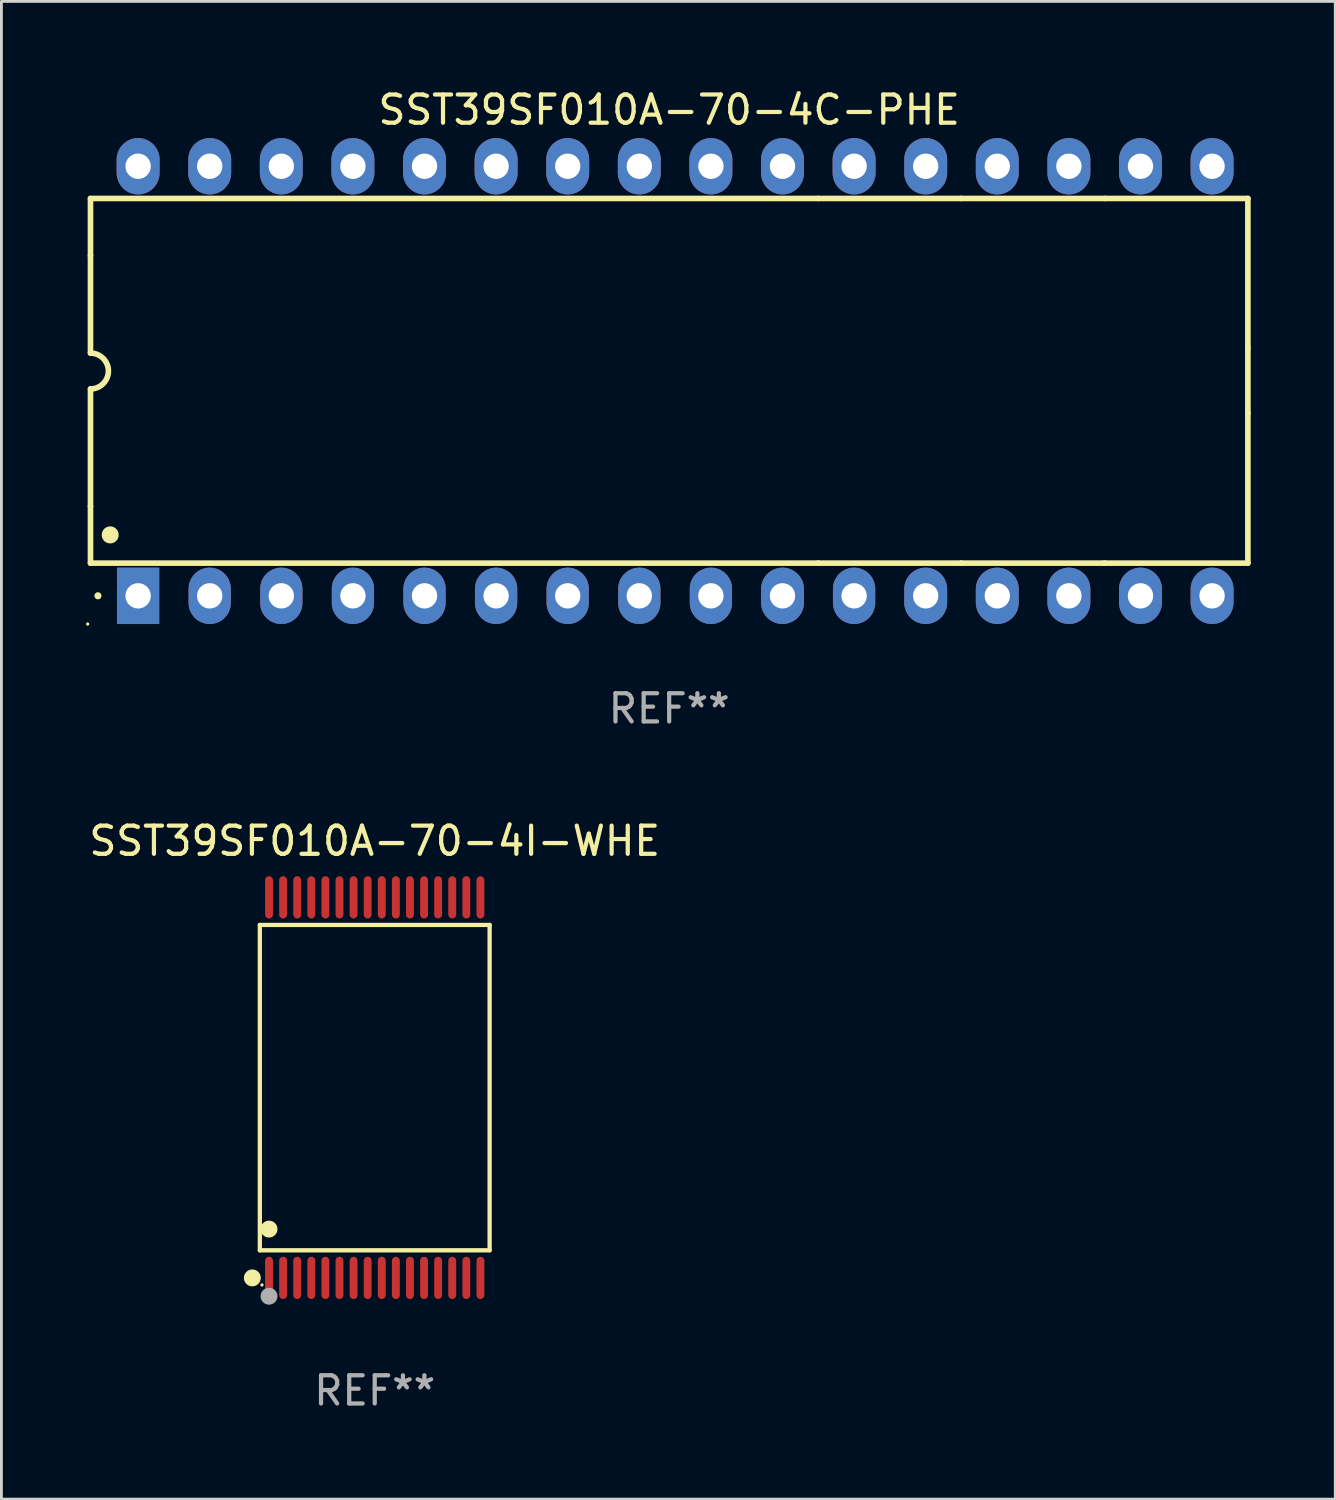
<source format=kicad_pcb>
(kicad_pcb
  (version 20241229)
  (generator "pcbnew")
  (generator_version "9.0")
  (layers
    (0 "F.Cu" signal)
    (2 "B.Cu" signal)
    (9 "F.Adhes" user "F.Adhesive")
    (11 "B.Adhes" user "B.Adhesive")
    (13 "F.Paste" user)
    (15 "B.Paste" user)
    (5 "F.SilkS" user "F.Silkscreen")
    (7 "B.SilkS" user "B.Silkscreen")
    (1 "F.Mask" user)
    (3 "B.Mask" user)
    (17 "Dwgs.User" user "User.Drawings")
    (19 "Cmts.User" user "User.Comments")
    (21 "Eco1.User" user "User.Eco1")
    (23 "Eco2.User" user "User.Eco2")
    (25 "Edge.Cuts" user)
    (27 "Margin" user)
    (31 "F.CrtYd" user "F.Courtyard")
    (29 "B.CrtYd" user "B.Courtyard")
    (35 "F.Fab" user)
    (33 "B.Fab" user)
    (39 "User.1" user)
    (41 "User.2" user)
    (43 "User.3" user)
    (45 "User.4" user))
  (footprint "SST39SF010A-70-4I-WHE"
    (layer "F.Cu")
    (at 10.244 35.535)
    (property "Reference" "SST39SF010A-70-4I-WHE" (at 0 -8.75 0) (layer "F.SilkS") (effects (font (size 1 1) (thickness 0.15))))
    (attr through_hole)
    (fp_line (start -4.076 -5.771) (end 4.076 -5.771) (stroke (width 0.152) (type solid)) (layer "F.SilkS"))
    (fp_line (start -4.076 5.771) (end -4.076 -5.771) (stroke (width 0.152) (type solid)) (layer "F.SilkS"))
    (fp_line (start 4.076 -5.771) (end 4.076 5.771) (stroke (width 0.152) (type solid)) (layer "F.SilkS"))
    (fp_line (start 4.076 5.771) (end -4.076 5.771) (stroke (width 0.152) (type solid)) (layer "F.SilkS"))
    (fp_circle (center -4.342 6.75) (end -4.192 6.75) (stroke (width 0.3) (type solid)) (fill no) (layer "F.SilkS"))
    (fp_circle (center -4 7) (end -3.97 7) (stroke (width 0.06) (type solid)) (fill no) (layer "F.SilkS"))
    (fp_circle (center -3.75 5.019) (end -3.6 5.019) (stroke (width 0.3) (type solid)) (fill no) (layer "F.SilkS"))
    (fp_circle (center -3.75 7.4) (end -3.6 7.4) (stroke (width 0.3) (type solid)) (fill no) (layer "F.Fab"))
    (fp_text user "REF**" (at 0 10.75 0) (layer "F.Fab") (effects (font (size 1 1) (thickness 0.15))))
    (pad "1" smd oval (at -3.75 6.75) (size 0.28 1.5) (layers "F.Cu" "F.Mask" "F.Paste"))
    (pad "2" smd oval (at -3.25 6.75) (size 0.28 1.5) (layers "F.Cu" "F.Mask" "F.Paste"))
    (pad "3" smd oval (at -2.75 6.75) (size 0.28 1.5) (layers "F.Cu" "F.Mask" "F.Paste"))
    (pad "4" smd oval (at -2.25 6.75) (size 0.28 1.5) (layers "F.Cu" "F.Mask" "F.Paste"))
    (pad "5" smd oval (at -1.75 6.75) (size 0.28 1.5) (layers "F.Cu" "F.Mask" "F.Paste"))
    (pad "6" smd oval (at -1.25 6.75) (size 0.28 1.5) (layers "F.Cu" "F.Mask" "F.Paste"))
    (pad "7" smd oval (at -0.75 6.75) (size 0.28 1.5) (layers "F.Cu" "F.Mask" "F.Paste"))
    (pad "8" smd oval (at -0.25 6.75) (size 0.28 1.5) (layers "F.Cu" "F.Mask" "F.Paste"))
    (pad "9" smd oval (at 0.25 6.75) (size 0.28 1.5) (layers "F.Cu" "F.Mask" "F.Paste"))
    (pad "10" smd oval (at 0.75 6.75) (size 0.28 1.5) (layers "F.Cu" "F.Mask" "F.Paste"))
    (pad "11" smd oval (at 1.25 6.75) (size 0.28 1.5) (layers "F.Cu" "F.Mask" "F.Paste"))
    (pad "12" smd oval (at 1.75 6.75) (size 0.28 1.5) (layers "F.Cu" "F.Mask" "F.Paste"))
    (pad "13" smd oval (at 2.25 6.75) (size 0.28 1.5) (layers "F.Cu" "F.Mask" "F.Paste"))
    (pad "14" smd oval (at 2.75 6.75) (size 0.28 1.5) (layers "F.Cu" "F.Mask" "F.Paste"))
    (pad "15" smd oval (at 3.25 6.75) (size 0.28 1.5) (layers "F.Cu" "F.Mask" "F.Paste"))
    (pad "16" smd oval (at 3.75 6.75) (size 0.28 1.5) (layers "F.Cu" "F.Mask" "F.Paste"))
    (pad "17" smd oval (at 3.75 -6.75) (size 0.28 1.5) (layers "F.Cu" "F.Mask" "F.Paste"))
    (pad "18" smd oval (at 3.25 -6.75) (size 0.28 1.5) (layers "F.Cu" "F.Mask" "F.Paste"))
    (pad "19" smd oval (at 2.75 -6.75) (size 0.28 1.5) (layers "F.Cu" "F.Mask" "F.Paste"))
    (pad "20" smd oval (at 2.25 -6.75) (size 0.28 1.5) (layers "F.Cu" "F.Mask" "F.Paste"))
    (pad "21" smd oval (at 1.75 -6.75) (size 0.28 1.5) (layers "F.Cu" "F.Mask" "F.Paste"))
    (pad "22" smd oval (at 1.25 -6.75) (size 0.28 1.5) (layers "F.Cu" "F.Mask" "F.Paste"))
    (pad "23" smd oval (at 0.75 -6.75) (size 0.28 1.5) (layers "F.Cu" "F.Mask" "F.Paste"))
    (pad "24" smd oval (at 0.25 -6.75) (size 0.28 1.5) (layers "F.Cu" "F.Mask" "F.Paste"))
    (pad "25" smd oval (at -0.25 -6.75) (size 0.28 1.5) (layers "F.Cu" "F.Mask" "F.Paste"))
    (pad "26" smd oval (at -0.75 -6.75) (size 0.28 1.5) (layers "F.Cu" "F.Mask" "F.Paste"))
    (pad "27" smd oval (at -1.25 -6.75) (size 0.28 1.5) (layers "F.Cu" "F.Mask" "F.Paste"))
    (pad "28" smd oval (at -1.75 -6.75) (size 0.28 1.5) (layers "F.Cu" "F.Mask" "F.Paste"))
    (pad "29" smd oval (at -2.25 -6.75) (size 0.28 1.5) (layers "F.Cu" "F.Mask" "F.Paste"))
    (pad "30" smd oval (at -2.75 -6.75) (size 0.28 1.5) (layers "F.Cu" "F.Mask" "F.Paste"))
    (pad "31" smd oval (at -3.25 -6.75) (size 0.28 1.5) (layers "F.Cu" "F.Mask" "F.Paste"))
    (pad "32" smd oval (at -3.75 -6.75) (size 0.28 1.5) (layers "F.Cu" "F.Mask" "F.Paste")))
  (footprint "SST39SF010A-70-4C-PHE"
    (layer "F.Cu")
    (at 20.69 10.468)
    (property "Reference" "SST39SF010A-70-4C-PHE" (at 0 -9.62 0) (layer "F.SilkS") (effects (font (size 1 1) (thickness 0.15))))
    (attr through_hole)
    (fp_line (start -20.53 -6.477) (end 5.29 -6.477) (stroke (width 0.2) (type solid)) (layer "F.SilkS"))
    (fp_line (start -20.53 -4.445) (end -20.53 -6.477) (stroke (width 0.2) (type solid)) (layer "F.SilkS"))
    (fp_line (start -20.53 -0.99) (end -20.53 -4.445) (stroke (width 0.2) (type solid)) (layer "F.SilkS"))
    (fp_line (start -20.53 4.445) (end -20.53 0.28) (stroke (width 0.2) (type solid)) (layer "F.SilkS"))
    (fp_line (start -20.53 6.46) (end -20.53 4.445) (stroke (width 0.2) (type solid)) (layer "F.SilkS"))
    (fp_line (start 5.29 -6.477) (end 10.37 -6.477) (stroke (width 0.2) (type solid)) (layer "F.SilkS"))
    (fp_line (start 5.29 6.46) (end -20.53 6.46) (stroke (width 0.2) (type solid)) (layer "F.SilkS"))
    (fp_line (start 10.37 -6.477) (end 15.45 -6.477) (stroke (width 0.2) (type solid)) (layer "F.SilkS"))
    (fp_line (start 10.37 6.46) (end 5.29 6.46) (stroke (width 0.2) (type solid)) (layer "F.SilkS"))
    (fp_line (start 15.45 -6.477) (end 20.53 -6.477) (stroke (width 0.2) (type solid)) (layer "F.SilkS"))
    (fp_line (start 15.45 6.46) (end 10.37 6.46) (stroke (width 0.2) (type solid)) (layer "F.SilkS"))
    (fp_line (start 20.53 -6.477) (end 20.53 -1.16) (stroke (width 0.2) (type solid)) (layer "F.SilkS"))
    (fp_line (start 20.53 -1.16) (end 20.53 1.143) (stroke (width 0.2) (type solid)) (layer "F.SilkS"))
    (fp_line (start 20.53 1.143) (end 20.53 6.46) (stroke (width 0.2) (type solid)) (layer "F.SilkS"))
    (fp_line (start 20.53 6.46) (end 15.45 6.46) (stroke (width 0.2) (type solid)) (layer "F.SilkS"))
    (fp_arc (start -20.529147 -0.990603) (mid -19.894145 -0.355601) (end -20.529147 0.279401) (stroke (width 0.2) (type solid)) (layer "F.SilkS"))
    (fp_arc (start -20.264986 7.620015) (mid -20.264993 7.618745) (end -20.264986 7.617475) (stroke (width 0.25) (type solid)) (layer "F.SilkS"))
    (fp_arc (start -19.830645 5.461011) (mid -19.830656 5.458471) (end -19.830645 5.455931) (stroke (width 0.6) (type solid)) (layer "F.SilkS"))
    (fp_circle (center -20.63 8.62) (end -20.6 8.62) (stroke (width 0.06) (type solid)) (fill no) (layer "F.SilkS"))
    (fp_text user "REF**" (at 0 11.62 0) (layer "F.Fab") (effects (font (size 1 1) (thickness 0.15))))
    (pad "1" thru_hole rect (at -18.84 7.62 90) (size 2 1.5) (drill 0.9) (layers "*.Cu" "*.Mask"))
    (pad "2" thru_hole oval (at -16.3 7.62 90) (size 2 1.5) (drill 0.9) (layers "*.Cu" "*.Mask"))
    (pad "3" thru_hole oval (at -13.76 7.62 90) (size 2 1.5) (drill 0.9) (layers "*.Cu" "*.Mask"))
    (pad "4" thru_hole oval (at -11.22 7.62 90) (size 2 1.5) (drill 0.9) (layers "*.Cu" "*.Mask"))
    (pad "5" thru_hole oval (at -8.68 7.62 90) (size 2 1.5) (drill 0.9) (layers "*.Cu" "*.Mask"))
    (pad "6" thru_hole oval (at -6.14 7.62 90) (size 2 1.5) (drill 0.9) (layers "*.Cu" "*.Mask"))
    (pad "7" thru_hole oval (at -3.6 7.62 90) (size 2 1.5) (drill 0.9) (layers "*.Cu" "*.Mask"))
    (pad "8" thru_hole oval (at -1.06 7.62 90) (size 2 1.5) (drill 0.9) (layers "*.Cu" "*.Mask"))
    (pad "9" thru_hole oval (at 1.48 7.62 90) (size 2 1.5) (drill 0.9) (layers "*.Cu" "*.Mask"))
    (pad "10" thru_hole oval (at 4.02 7.62 90) (size 2 1.524) (drill 0.9) (layers "*.Cu" "*.Mask"))
    (pad "11" thru_hole oval (at 6.56 7.62 90) (size 2 1.5) (drill 0.9) (layers "*.Cu" "*.Mask"))
    (pad "12" thru_hole oval (at 9.1 7.62 90) (size 2 1.524) (drill 0.9) (layers "*.Cu" "*.Mask"))
    (pad "13" thru_hole oval (at 11.64 7.62 270) (size 2 1.524) (drill 0.9) (layers "*.Cu" "*.Mask"))
    (pad "14" thru_hole oval (at 14.18 7.62 90) (size 2 1.524) (drill 0.9) (layers "*.Cu" "*.Mask"))
    (pad "15" thru_hole oval (at 16.72 7.62 270) (size 2 1.524) (drill 0.9) (layers "*.Cu" "*.Mask"))
    (pad "16" thru_hole oval (at 19.26 7.62 270) (size 2 1.524) (drill 0.9) (layers "*.Cu" "*.Mask"))
    (pad "17" thru_hole oval (at 19.26 -7.62 90) (size 2 1.524) (drill 0.9) (layers "*.Cu" "*.Mask"))
    (pad "18" thru_hole oval (at 16.72 -7.62 90) (size 2 1.524) (drill 0.9) (layers "*.Cu" "*.Mask"))
    (pad "19" thru_hole oval (at 14.18 -7.62 90) (size 2 1.524) (drill 0.9) (layers "*.Cu" "*.Mask"))
    (pad "20" thru_hole oval (at 11.64 -7.62 90) (size 2 1.524) (drill 0.9) (layers "*.Cu" "*.Mask"))
    (pad "21" thru_hole oval (at 9.1 -7.62 90) (size 2 1.524) (drill 0.9) (layers "*.Cu" "*.Mask"))
    (pad "22" thru_hole oval (at 6.56 -7.62 90) (size 2 1.524) (drill 0.9) (layers "*.Cu" "*.Mask"))
    (pad "23" thru_hole oval (at 4.02 -7.62 90) (size 2 1.524) (drill 0.9) (layers "*.Cu" "*.Mask"))
    (pad "24" thru_hole oval (at 1.48 -7.62 90) (size 2 1.524) (drill 0.9) (layers "*.Cu" "*.Mask"))
    (pad "25" thru_hole oval (at -1.06 -7.62 90) (size 2 1.524) (drill 0.9) (layers "*.Cu" "*.Mask"))
    (pad "26" thru_hole oval (at -3.6 -7.62 90) (size 2 1.524) (drill 0.9) (layers "*.Cu" "*.Mask"))
    (pad "27" thru_hole oval (at -6.14 -7.62 90) (size 2 1.524) (drill 0.9) (layers "*.Cu" "*.Mask"))
    (pad "28" thru_hole oval (at -8.68 -7.62 90) (size 2 1.524) (drill 0.9) (layers "*.Cu" "*.Mask"))
    (pad "29" thru_hole oval (at -11.22 -7.62 90) (size 2 1.524) (drill 0.9) (layers "*.Cu" "*.Mask"))
    (pad "30" thru_hole oval (at -13.76 -7.62 90) (size 2 1.524) (drill 0.9) (layers "*.Cu" "*.Mask"))
    (pad "31" thru_hole oval (at -16.3 -7.62 90) (size 2 1.524) (drill 0.9) (layers "*.Cu" "*.Mask"))
    (pad "32" thru_hole oval (at -18.84 -7.62 90) (size 2 1.524) (drill 0.9) (layers "*.Cu" "*.Mask")))
  (gr_rect
    (start -3 -3)
    (end 44.32 50.133)
    (stroke (width 0.1) (type default))
    (fill no)
    (layer "Edge.Cuts")))
</source>
